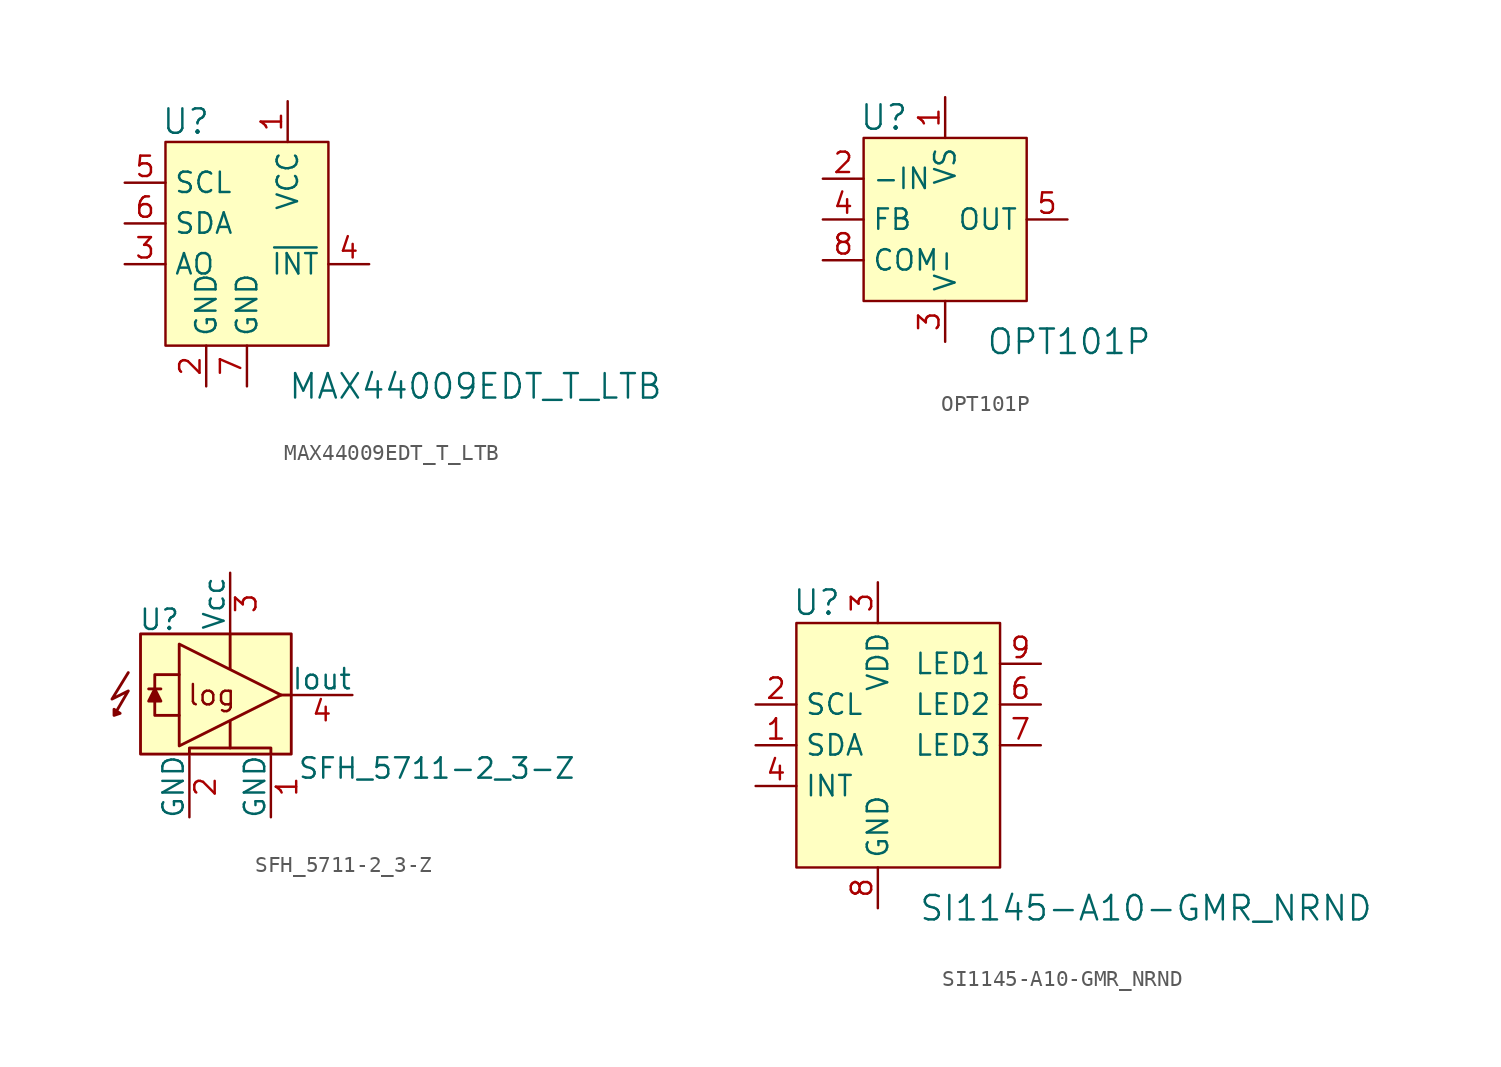
<source format=kicad_sym>
(kicad_symbol_lib
  (version 20211014)
  (generator kicad_symbol_editor)
  (symbol "MAX44009EDT_T_LTB"
    (property "Reference" "U"
      (at -3.81 8.89 0)
      (effects (font (size 1.524 1.524))))
    (property "Value" "MAX44009EDT_T_LTB"
      (at 2.54 -7.62 0)
      (effects (font (size 1.524 1.524)) (justify left)))
    (symbol "MAX44009EDT_T_LTB_1_0"
      (pin power_in line (at 0 -7.62 90) (length 2.54) (name "GND" (effects (font (size 1.27 1.27)))) (number "7" (effects (font (size 1.27 1.27))))))
    (symbol "MAX44009EDT_T_LTB_1_1"
      (rectangle (start -5.08 7.62) (end 5.08 -5.08) (stroke (width 0) (type default) (color 0 0 0 0)) (fill (type background)))
      (pin power_in line (at 2.54 10.16 270) (length 2.54) (name "VCC" (effects (font (size 1.27 1.27)))) (number "1" (effects (font (size 1.27 1.27)))))
      (pin power_in line (at -2.54 -7.62 90) (length 2.54) (name "GND" (effects (font (size 1.27 1.27)))) (number "2" (effects (font (size 1.27 1.27)))))
      (pin input line (at -7.62 0 0) (length 2.54) (name "AO" (effects (font (size 1.27 1.27)))) (number "3" (effects (font (size 1.27 1.27)))))
      (pin output line (at 7.62 0 180) (length 2.54) (name "~{INT}" (effects (font (size 1.27 1.27)))) (number "4" (effects (font (size 1.27 1.27)))))
      (pin input line (at -7.62 5.08 0) (length 2.54) (name "SCL" (effects (font (size 1.27 1.27)))) (number "5" (effects (font (size 1.27 1.27)))))
      (pin bidirectional line (at -7.62 2.54 0) (length 2.54) (name "SDA" (effects (font (size 1.27 1.27)))) (number "6" (effects (font (size 1.27 1.27)))))))
  (symbol "OPT101P"
    (property "Reference" "U"
      (at -3.81 6.35 0)
      (effects (font (size 1.524 1.524))))
    (property "Value" "OPT101P"
      (at 2.54 -7.62 0)
      (effects (font (size 1.524 1.524)) (justify left)))
    (symbol "OPT101P_0_1"
      (rectangle (start -5.08 5.08) (end 5.08 -5.08) (stroke (width 0) (type default) (color 0 0 0 0)) (fill (type background))))
    (symbol "OPT101P_1_1"
      (pin power_in line (at 0 7.62 270) (length 2.54) (name "VS" (effects (font (size 1.27 1.27)))) (number "1" (effects (font (size 1.27 1.27)))))
      (pin input line (at -7.62 2.54 0) (length 2.54) (name "-IN" (effects (font (size 1.27 1.27)))) (number "2" (effects (font (size 1.27 1.27)))))
      (pin power_in line (at 0 -7.62 90) (length 2.54) (name "V-" (effects (font (size 1.27 1.27)))) (number "3" (effects (font (size 1.27 1.27)))))
      (pin input line (at -7.62 0 0) (length 2.54) (name "FB" (effects (font (size 1.27 1.27)))) (number "4" (effects (font (size 1.27 1.27)))))
      (pin output line (at 7.62 0 180) (length 2.54) (name "OUT" (effects (font (size 1.27 1.27)))) (number "5" (effects (font (size 1.27 1.27)))))
      (pin no_connect line (at 5.08 -2.54 180) (length 2.54) hide (name "NC" (effects (font (size 1.27 1.27)))) (number "6" (effects (font (size 1.27 1.27)))))
      (pin no_connect line (at 5.08 -5.08 180) (length 2.54) hide (name "NC" (effects (font (size 1.27 1.27)))) (number "7" (effects (font (size 1.27 1.27)))))
      (pin input line (at -7.62 -2.54 0) (length 2.54) (name "COM" (effects (font (size 1.27 1.27)))) (number "8" (effects (font (size 1.27 1.27)))))))
  (symbol "SFH_5711-2_3-Z"
    (pin_names
      (offset 0))
    (property "Reference" "U"
      (at -5.715 4.699 0)
      (effects (font (size 1.27 1.27)) (justify left)))
    (property "Value" "SFH_5711-2_3-Z"
      (at 4.191 -4.572 0)
      (effects (font (size 1.27 1.27)) (justify left)))
    (symbol "SFH_5711-2_3-Z_0_0"
      (rectangle (start -5.588 3.81) (end 3.81 -3.683) (stroke (width 0.178) (type default) (color 0 0 0 0)) (fill (type background)))
      (polyline (pts (xy -5.08 0.381) (xy -4.318 0.381)) (stroke (width 0.178) (type default) (color 0 0 0 0)) (fill (type none)))
      (polyline (pts (xy 0 -1.651) (xy 0 -3.302)) (stroke (width 0.178) (type default) (color 0 0 0 0)) (fill (type none)))
      (polyline (pts (xy 0 3.81) (xy 0 1.651)) (stroke (width 0.178) (type default) (color 0 0 0 0)) (fill (type none)))
      (polyline (pts (xy 3.175 0) (xy 3.81 0)) (stroke (width 0.178) (type default) (color 0 0 0 0)) (fill (type none)))
      (polyline (pts (xy -4.699 -0.381) (xy -4.699 -1.27) (xy -3.175 -1.27)) (stroke (width 0.178) (type default) (color 0 0 0 0)) (fill (type none)))
      (polyline (pts (xy -4.699 0.381) (xy -4.699 1.27) (xy -3.175 1.27)) (stroke (width 0.178) (type default) (color 0 0 0 0)) (fill (type none)))
      (polyline (pts (xy -4.699 0.381) (xy -5.08 -0.381) (xy -4.318 -0.381) (xy -4.699 0.381)) (stroke (width 0.178) (type default) (color 0 0 0 0)) (fill (type outline)))
      (polyline (pts (xy -2.54 -3.683) (xy -2.54 -3.302) (xy 2.54 -3.302) (xy 2.54 -3.683)) (stroke (width 0.178) (type default) (color 0 0 0 0)) (fill (type none)))
      (polyline (pts (xy 3.175 0) (xy -3.175 3.175) (xy -3.175 -3.175) (xy 3.175 0)) (stroke (width 0.178) (type default) (color 0 0 0 0)) (fill (type none)))
      (polyline (pts (xy -6.35 1.397) (xy -7.366 -0.254) (xy -6.35 0.254) (xy -7.239 -1.27) (xy -7.239 -0.889) (xy -6.858 -1.143) (xy -7.239 -1.27)) (stroke (width 0.178) (type default) (color 0 0 0 0)) (fill (type none)))
      (text "log" (at -1.143 0 0) (effects (font (size 1.27 1.27)))))
    (symbol "SFH_5711-2_3-Z_1_1"
      (pin power_in line (at 2.54 -7.62 90) (length 3.81) (name "GND" (effects (font (size 1.27 1.27)))) (number "1" (effects (font (size 1.27 1.27)))))
      (pin power_in line (at -2.54 -7.62 90) (length 3.81) (name "GND" (effects (font (size 1.27 1.27)))) (number "2" (effects (font (size 1.27 1.27)))))
      (pin power_in line (at 0 7.62 270) (length 3.81) (name "Vcc" (effects (font (size 1.27 1.27)))) (number "3" (effects (font (size 1.27 1.27)))))
      (pin output line (at 7.62 0 180) (length 3.81) (name "Iout" (effects (font (size 1.27 1.27)))) (number "4" (effects (font (size 1.27 1.27)))))))
  (symbol "SI1145-A10-GMR_NRND"
    (property "Reference" "U"
      (at -3.81 8.89 0)
      (effects (font (size 1.524 1.524))))
    (property "Value" "SI1145-A10-GMR_NRND"
      (at 2.54 -10.16 0)
      (effects (font (size 1.524 1.524)) (justify left)))
    (symbol "SI1145-A10-GMR_NRND_1_1"
      (rectangle (start -5.08 7.62) (end 7.62 -7.62) (stroke (width 0) (type default) (color 0 0 0 0)) (fill (type background)))
      (pin bidirectional line (at -7.62 0 0) (length 2.54) (name "SDA" (effects (font (size 1.27 1.27)))) (number "1" (effects (font (size 1.27 1.27)))))
      (pin no_connect line (at 7.62 -5.08 180) (length 2.54) hide (name "DNC" (effects (font (size 1.27 1.27)))) (number "10" (effects (font (size 1.27 1.27)))))
      (pin input line (at -7.62 2.54 0) (length 2.54) (name "SCL" (effects (font (size 1.27 1.27)))) (number "2" (effects (font (size 1.27 1.27)))))
      (pin power_in line (at 0 10.16 270) (length 2.54) (name "VDD" (effects (font (size 1.27 1.27)))) (number "3" (effects (font (size 1.27 1.27)))))
      (pin bidirectional line (at -7.62 -2.54 0) (length 2.54) (name "INT" (effects (font (size 1.27 1.27)))) (number "4" (effects (font (size 1.27 1.27)))))
      (pin no_connect line (at 7.62 -2.54 180) (length 2.54) hide (name "DNC" (effects (font (size 1.27 1.27)))) (number "5" (effects (font (size 1.27 1.27)))))
      (pin output line (at 10.16 2.54 180) (length 2.54) (name "LED2" (effects (font (size 1.27 1.27)))) (number "6" (effects (font (size 1.27 1.27)))))
      (pin output line (at 10.16 0 180) (length 2.54) (name "LED3" (effects (font (size 1.27 1.27)))) (number "7" (effects (font (size 1.27 1.27)))))
      (pin power_in line (at 0 -10.16 90) (length 2.54) (name "GND" (effects (font (size 1.27 1.27)))) (number "8" (effects (font (size 1.27 1.27)))))
      (pin output line (at 10.16 5.08 180) (length 2.54) (name "LED1" (effects (font (size 1.27 1.27)))) (number "9" (effects (font (size 1.27 1.27))))))))
</source>
